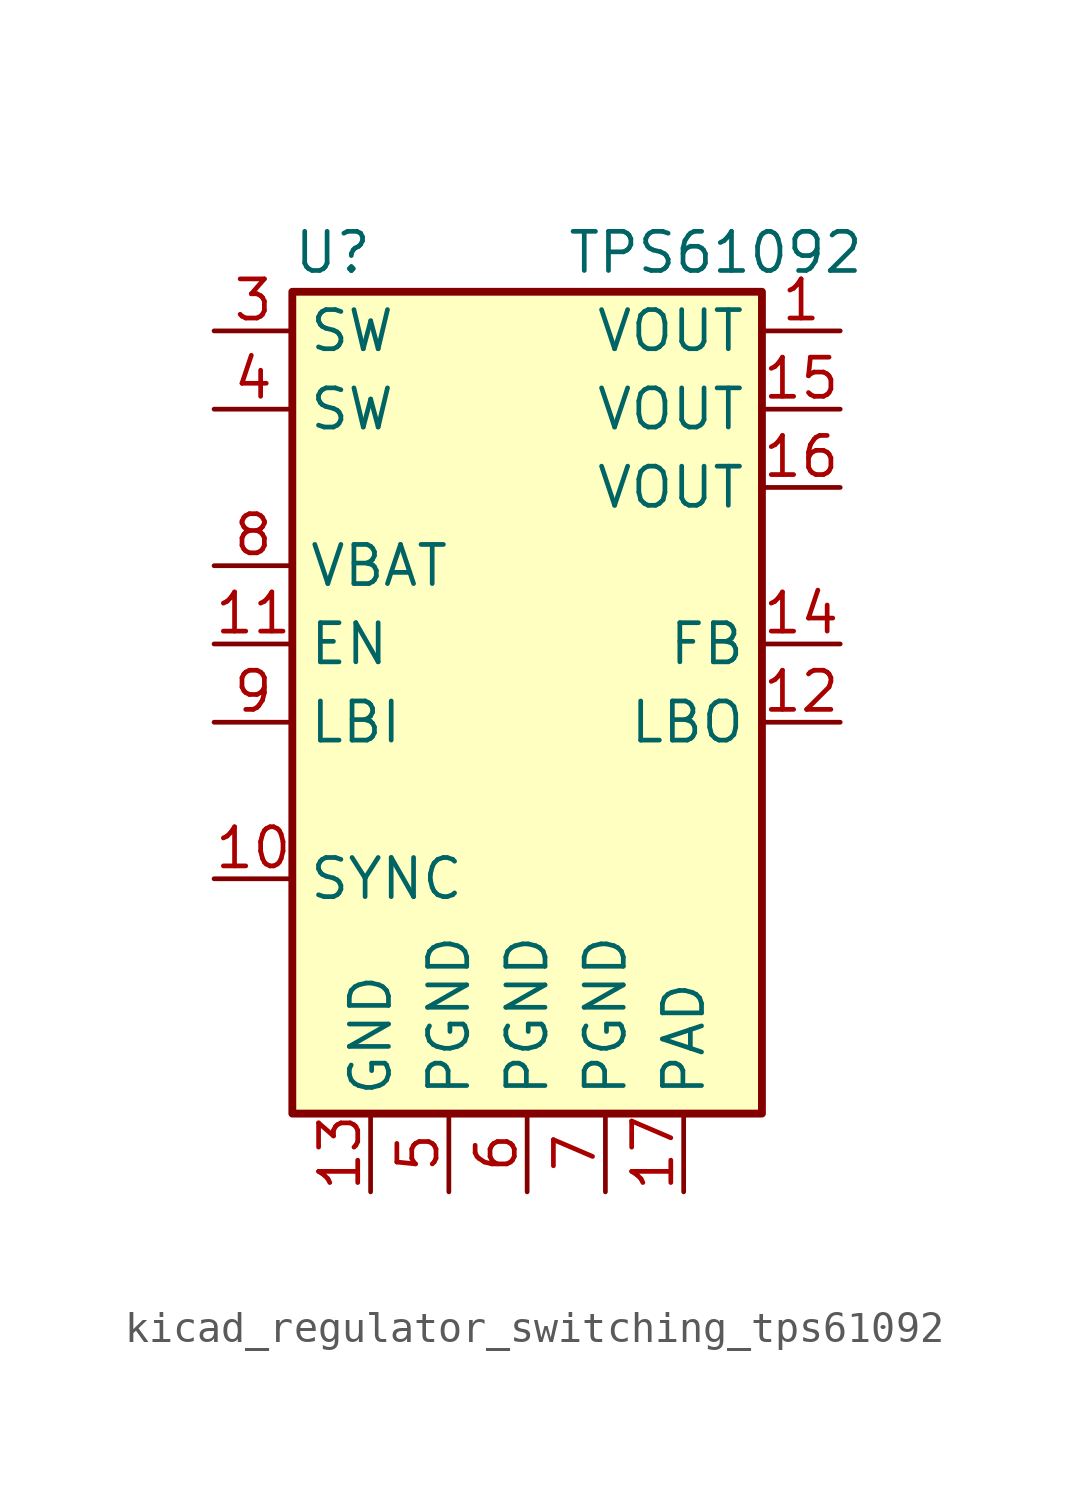
<source format=kicad_sym>
(kicad_symbol_lib
  (version 20220914)
  (generator kicad_symbol_editor)
  (symbol "kicad_regulator_switching_tps61092"
    (property "Reference" "U"
      (at -7.62 15.24 0)
      (effects (font (size 1.27 1.27)) (justify left)))
    (property "Value" "TPS61092"
      (at 1.27 15.24 0)
      (effects (font (size 1.27 1.27)) (justify left)))
    (symbol "kicad_regulator_switching_tps61092_0_0"
      (pin power_out line (at 10.16 12.7 180) (length 2.54) (name "VOUT" (effects (font (size 1.27 1.27)))) (number "1" (effects (font (size 1.27 1.27)))))
      (pin input line (at -10.16 -5.08 0) (length 2.54) (name "SYNC" (effects (font (size 1.27 1.27)))) (number "10" (effects (font (size 1.27 1.27)))))
      (pin input line (at -10.16 2.54 0) (length 2.54) (name "EN" (effects (font (size 1.27 1.27)))) (number "11" (effects (font (size 1.27 1.27)))))
      (pin open_collector line (at 10.16 0 180) (length 2.54) (name "LBO" (effects (font (size 1.27 1.27)))) (number "12" (effects (font (size 1.27 1.27)))))
      (pin power_in line (at -5.08 -15.24 90) (length 2.54) (name "GND" (effects (font (size 1.27 1.27)))) (number "13" (effects (font (size 1.27 1.27)))))
      (pin input line (at 10.16 2.54 180) (length 2.54) (name "FB" (effects (font (size 1.27 1.27)))) (number "14" (effects (font (size 1.27 1.27)))))
      (pin passive line (at 10.16 10.16 180) (length 2.54) (name "VOUT" (effects (font (size 1.27 1.27)))) (number "15" (effects (font (size 1.27 1.27)))))
      (pin passive line (at 10.16 7.62 180) (length 2.54) (name "VOUT" (effects (font (size 1.27 1.27)))) (number "16" (effects (font (size 1.27 1.27)))))
      (pin power_in line (at 5.08 -15.24 90) (length 2.54) (name "PAD" (effects (font (size 1.27 1.27)))) (number "17" (effects (font (size 1.27 1.27)))))
      (pin no_connect line (at 10.16 -5.08 180) (length 2.54) hide (name "NC" (effects (font (size 1.27 1.27)))) (number "2" (effects (font (size 1.27 1.27)))))
      (pin passive line (at -10.16 12.7 0) (length 2.54) (name "SW" (effects (font (size 1.27 1.27)))) (number "3" (effects (font (size 1.27 1.27)))))
      (pin passive line (at -10.16 10.16 0) (length 2.54) (name "SW" (effects (font (size 1.27 1.27)))) (number "4" (effects (font (size 1.27 1.27)))))
      (pin power_in line (at -2.54 -15.24 90) (length 2.54) (name "PGND" (effects (font (size 1.27 1.27)))) (number "5" (effects (font (size 1.27 1.27)))))
      (pin power_in line (at 0 -15.24 90) (length 2.54) (name "PGND" (effects (font (size 1.27 1.27)))) (number "6" (effects (font (size 1.27 1.27)))))
      (pin power_in line (at 2.54 -15.24 90) (length 2.54) (name "PGND" (effects (font (size 1.27 1.27)))) (number "7" (effects (font (size 1.27 1.27)))))
      (pin power_in line (at -10.16 5.08 0) (length 2.54) (name "VBAT" (effects (font (size 1.27 1.27)))) (number "8" (effects (font (size 1.27 1.27)))))
      (pin input line (at -10.16 0 0) (length 2.54) (name "LBI" (effects (font (size 1.27 1.27)))) (number "9" (effects (font (size 1.27 1.27))))))
    (symbol "kicad_regulator_switching_tps61092_0_1"
      (rectangle (start -7.62 13.97) (end 7.62 -12.7) (stroke (width 0.254) (type default)) (fill (type background))))))
</source>
